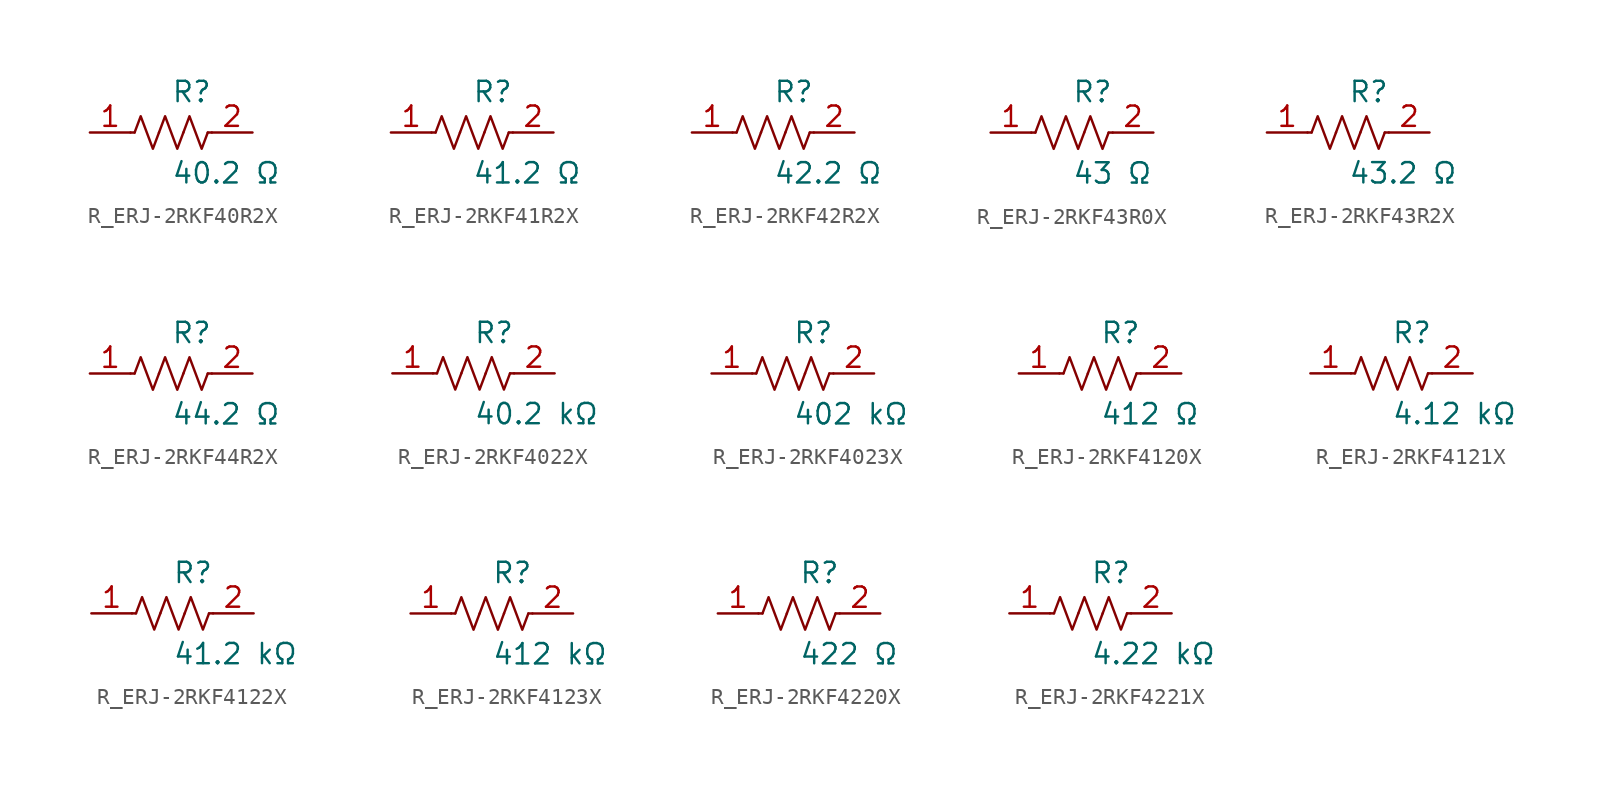
<source format=kicad_sym>
(kicad_symbol_lib
  (version 20231120)
  (generator kicad_symbol_editor)
  (generator_version 8.0)
  (symbol "R_ERJ-2RKF40R2X"
    (pin_names
      (offset 0.254))
    (property "Reference" "R"
      (at 0 2.54 0)
      (effects (font (size 1.27 1.27)) (justify left)))
    (property "Value" "40.2 Ω"
      (at 0 -2.54 0)
      (effects (font (size 1.27 1.27)) (justify left)))
    (symbol "R_ERJ-2RKF40R2X_0_1"
      (polyline (pts (xy 2.286 0) (xy 2.54 0)) (stroke (width 0) (type default)) (fill (type none)))
      (polyline (pts (xy -2.286 0) (xy -2.54 0)) (stroke (width 0) (type default)) (fill (type none)))
      (polyline (pts (xy 0.762 0) (xy 1.143 1.016) (xy 1.524 0) (xy 1.905 -1.016) (xy 2.286 0)) (stroke (width 0) (type default)) (fill (type none)))
      (polyline (pts (xy -0.762 0) (xy -0.381 1.016) (xy 0 0) (xy 0.381 -1.016) (xy 0.762 0)) (stroke (width 0) (type default)) (fill (type none)))
      (polyline (pts (xy -2.286 0) (xy -1.905 1.016) (xy -1.524 0) (xy -1.143 -1.016) (xy -0.762 0)) (stroke (width 0) (type default)) (fill (type none))))
    (pin passive line
      (at -5.08 0 0)
      (length 2.54)
      (name "" (effects (font (size 1.27 1.27))))
      (number "1" (effects (font (size 1.27 1.27)))))
    (pin passive line
      (at 5.08 0 180)
      (length 2.54)
      (name "" (effects (font (size 1.27 1.27))))
      (number "2" (effects (font (size 1.27 1.27))))))
  (symbol "R_ERJ-2RKF41R2X"
    (pin_names
      (offset 0.254))
    (property "Reference" "R"
      (at 0 2.54 0)
      (effects (font (size 1.27 1.27)) (justify left)))
    (property "Value" "41.2 Ω"
      (at 0 -2.54 0)
      (effects (font (size 1.27 1.27)) (justify left)))
    (symbol "R_ERJ-2RKF41R2X_0_1"
      (polyline (pts (xy 2.286 0) (xy 2.54 0)) (stroke (width 0) (type default)) (fill (type none)))
      (polyline (pts (xy -2.286 0) (xy -2.54 0)) (stroke (width 0) (type default)) (fill (type none)))
      (polyline (pts (xy 0.762 0) (xy 1.143 1.016) (xy 1.524 0) (xy 1.905 -1.016) (xy 2.286 0)) (stroke (width 0) (type default)) (fill (type none)))
      (polyline (pts (xy -0.762 0) (xy -0.381 1.016) (xy 0 0) (xy 0.381 -1.016) (xy 0.762 0)) (stroke (width 0) (type default)) (fill (type none)))
      (polyline (pts (xy -2.286 0) (xy -1.905 1.016) (xy -1.524 0) (xy -1.143 -1.016) (xy -0.762 0)) (stroke (width 0) (type default)) (fill (type none))))
    (pin passive line
      (at -5.08 0 0)
      (length 2.54)
      (name "" (effects (font (size 1.27 1.27))))
      (number "1" (effects (font (size 1.27 1.27)))))
    (pin passive line
      (at 5.08 0 180)
      (length 2.54)
      (name "" (effects (font (size 1.27 1.27))))
      (number "2" (effects (font (size 1.27 1.27))))))
  (symbol "R_ERJ-2RKF42R2X"
    (pin_names
      (offset 0.254))
    (property "Reference" "R"
      (at 0 2.54 0)
      (effects (font (size 1.27 1.27)) (justify left)))
    (property "Value" "42.2 Ω"
      (at 0 -2.54 0)
      (effects (font (size 1.27 1.27)) (justify left)))
    (symbol "R_ERJ-2RKF42R2X_0_1"
      (polyline (pts (xy 2.286 0) (xy 2.54 0)) (stroke (width 0) (type default)) (fill (type none)))
      (polyline (pts (xy -2.286 0) (xy -2.54 0)) (stroke (width 0) (type default)) (fill (type none)))
      (polyline (pts (xy 0.762 0) (xy 1.143 1.016) (xy 1.524 0) (xy 1.905 -1.016) (xy 2.286 0)) (stroke (width 0) (type default)) (fill (type none)))
      (polyline (pts (xy -0.762 0) (xy -0.381 1.016) (xy 0 0) (xy 0.381 -1.016) (xy 0.762 0)) (stroke (width 0) (type default)) (fill (type none)))
      (polyline (pts (xy -2.286 0) (xy -1.905 1.016) (xy -1.524 0) (xy -1.143 -1.016) (xy -0.762 0)) (stroke (width 0) (type default)) (fill (type none))))
    (pin passive line
      (at -5.08 0 0)
      (length 2.54)
      (name "" (effects (font (size 1.27 1.27))))
      (number "1" (effects (font (size 1.27 1.27)))))
    (pin passive line
      (at 5.08 0 180)
      (length 2.54)
      (name "" (effects (font (size 1.27 1.27))))
      (number "2" (effects (font (size 1.27 1.27))))))
  (symbol "R_ERJ-2RKF43R0X"
    (pin_names
      (offset 0.254))
    (property "Reference" "R"
      (at 0 2.54 0)
      (effects (font (size 1.27 1.27)) (justify left)))
    (property "Value" "43 Ω"
      (at 0 -2.54 0)
      (effects (font (size 1.27 1.27)) (justify left)))
    (symbol "R_ERJ-2RKF43R0X_0_1"
      (polyline (pts (xy 2.286 0) (xy 2.54 0)) (stroke (width 0) (type default)) (fill (type none)))
      (polyline (pts (xy -2.286 0) (xy -2.54 0)) (stroke (width 0) (type default)) (fill (type none)))
      (polyline (pts (xy 0.762 0) (xy 1.143 1.016) (xy 1.524 0) (xy 1.905 -1.016) (xy 2.286 0)) (stroke (width 0) (type default)) (fill (type none)))
      (polyline (pts (xy -0.762 0) (xy -0.381 1.016) (xy 0 0) (xy 0.381 -1.016) (xy 0.762 0)) (stroke (width 0) (type default)) (fill (type none)))
      (polyline (pts (xy -2.286 0) (xy -1.905 1.016) (xy -1.524 0) (xy -1.143 -1.016) (xy -0.762 0)) (stroke (width 0) (type default)) (fill (type none))))
    (pin passive line
      (at -5.08 0 0)
      (length 2.54)
      (name "" (effects (font (size 1.27 1.27))))
      (number "1" (effects (font (size 1.27 1.27)))))
    (pin passive line
      (at 5.08 0 180)
      (length 2.54)
      (name "" (effects (font (size 1.27 1.27))))
      (number "2" (effects (font (size 1.27 1.27))))))
  (symbol "R_ERJ-2RKF43R2X"
    (pin_names
      (offset 0.254))
    (property "Reference" "R"
      (at 0 2.54 0)
      (effects (font (size 1.27 1.27)) (justify left)))
    (property "Value" "43.2 Ω"
      (at 0 -2.54 0)
      (effects (font (size 1.27 1.27)) (justify left)))
    (symbol "R_ERJ-2RKF43R2X_0_1"
      (polyline (pts (xy 2.286 0) (xy 2.54 0)) (stroke (width 0) (type default)) (fill (type none)))
      (polyline (pts (xy -2.286 0) (xy -2.54 0)) (stroke (width 0) (type default)) (fill (type none)))
      (polyline (pts (xy 0.762 0) (xy 1.143 1.016) (xy 1.524 0) (xy 1.905 -1.016) (xy 2.286 0)) (stroke (width 0) (type default)) (fill (type none)))
      (polyline (pts (xy -0.762 0) (xy -0.381 1.016) (xy 0 0) (xy 0.381 -1.016) (xy 0.762 0)) (stroke (width 0) (type default)) (fill (type none)))
      (polyline (pts (xy -2.286 0) (xy -1.905 1.016) (xy -1.524 0) (xy -1.143 -1.016) (xy -0.762 0)) (stroke (width 0) (type default)) (fill (type none))))
    (pin passive line
      (at -5.08 0 0)
      (length 2.54)
      (name "" (effects (font (size 1.27 1.27))))
      (number "1" (effects (font (size 1.27 1.27)))))
    (pin passive line
      (at 5.08 0 180)
      (length 2.54)
      (name "" (effects (font (size 1.27 1.27))))
      (number "2" (effects (font (size 1.27 1.27))))))
  (symbol "R_ERJ-2RKF44R2X"
    (pin_names
      (offset 0.254))
    (property "Reference" "R"
      (at 0 2.54 0)
      (effects (font (size 1.27 1.27)) (justify left)))
    (property "Value" "44.2 Ω"
      (at 0 -2.54 0)
      (effects (font (size 1.27 1.27)) (justify left)))
    (symbol "R_ERJ-2RKF44R2X_0_1"
      (polyline (pts (xy 2.286 0) (xy 2.54 0)) (stroke (width 0) (type default)) (fill (type none)))
      (polyline (pts (xy -2.286 0) (xy -2.54 0)) (stroke (width 0) (type default)) (fill (type none)))
      (polyline (pts (xy 0.762 0) (xy 1.143 1.016) (xy 1.524 0) (xy 1.905 -1.016) (xy 2.286 0)) (stroke (width 0) (type default)) (fill (type none)))
      (polyline (pts (xy -0.762 0) (xy -0.381 1.016) (xy 0 0) (xy 0.381 -1.016) (xy 0.762 0)) (stroke (width 0) (type default)) (fill (type none)))
      (polyline (pts (xy -2.286 0) (xy -1.905 1.016) (xy -1.524 0) (xy -1.143 -1.016) (xy -0.762 0)) (stroke (width 0) (type default)) (fill (type none))))
    (pin passive line
      (at -5.08 0 0)
      (length 2.54)
      (name "" (effects (font (size 1.27 1.27))))
      (number "1" (effects (font (size 1.27 1.27)))))
    (pin passive line
      (at 5.08 0 180)
      (length 2.54)
      (name "" (effects (font (size 1.27 1.27))))
      (number "2" (effects (font (size 1.27 1.27))))))
  (symbol "R_ERJ-2RKF4022X"
    (pin_names
      (offset 0.254))
    (property "Reference" "R"
      (at 0 2.54 0)
      (effects (font (size 1.27 1.27)) (justify left)))
    (property "Value" "40.2 kΩ"
      (at 0 -2.54 0)
      (effects (font (size 1.27 1.27)) (justify left)))
    (symbol "R_ERJ-2RKF4022X_0_1"
      (polyline (pts (xy 2.286 0) (xy 2.54 0)) (stroke (width 0) (type default)) (fill (type none)))
      (polyline (pts (xy -2.286 0) (xy -2.54 0)) (stroke (width 0) (type default)) (fill (type none)))
      (polyline (pts (xy 0.762 0) (xy 1.143 1.016) (xy 1.524 0) (xy 1.905 -1.016) (xy 2.286 0)) (stroke (width 0) (type default)) (fill (type none)))
      (polyline (pts (xy -0.762 0) (xy -0.381 1.016) (xy 0 0) (xy 0.381 -1.016) (xy 0.762 0)) (stroke (width 0) (type default)) (fill (type none)))
      (polyline (pts (xy -2.286 0) (xy -1.905 1.016) (xy -1.524 0) (xy -1.143 -1.016) (xy -0.762 0)) (stroke (width 0) (type default)) (fill (type none))))
    (pin passive line
      (at -5.08 0 0)
      (length 2.54)
      (name "" (effects (font (size 1.27 1.27))))
      (number "1" (effects (font (size 1.27 1.27)))))
    (pin passive line
      (at 5.08 0 180)
      (length 2.54)
      (name "" (effects (font (size 1.27 1.27))))
      (number "2" (effects (font (size 1.27 1.27))))))
  (symbol "R_ERJ-2RKF4023X"
    (pin_names
      (offset 0.254))
    (property "Reference" "R"
      (at 0 2.54 0)
      (effects (font (size 1.27 1.27)) (justify left)))
    (property "Value" "402 kΩ"
      (at 0 -2.54 0)
      (effects (font (size 1.27 1.27)) (justify left)))
    (symbol "R_ERJ-2RKF4023X_0_1"
      (polyline (pts (xy 2.286 0) (xy 2.54 0)) (stroke (width 0) (type default)) (fill (type none)))
      (polyline (pts (xy -2.286 0) (xy -2.54 0)) (stroke (width 0) (type default)) (fill (type none)))
      (polyline (pts (xy 0.762 0) (xy 1.143 1.016) (xy 1.524 0) (xy 1.905 -1.016) (xy 2.286 0)) (stroke (width 0) (type default)) (fill (type none)))
      (polyline (pts (xy -0.762 0) (xy -0.381 1.016) (xy 0 0) (xy 0.381 -1.016) (xy 0.762 0)) (stroke (width 0) (type default)) (fill (type none)))
      (polyline (pts (xy -2.286 0) (xy -1.905 1.016) (xy -1.524 0) (xy -1.143 -1.016) (xy -0.762 0)) (stroke (width 0) (type default)) (fill (type none))))
    (pin passive line
      (at -5.08 0 0)
      (length 2.54)
      (name "" (effects (font (size 1.27 1.27))))
      (number "1" (effects (font (size 1.27 1.27)))))
    (pin passive line
      (at 5.08 0 180)
      (length 2.54)
      (name "" (effects (font (size 1.27 1.27))))
      (number "2" (effects (font (size 1.27 1.27))))))
  (symbol "R_ERJ-2RKF4120X"
    (pin_names
      (offset 0.254))
    (property "Reference" "R"
      (at 0 2.54 0)
      (effects (font (size 1.27 1.27)) (justify left)))
    (property "Value" "412 Ω"
      (at 0 -2.54 0)
      (effects (font (size 1.27 1.27)) (justify left)))
    (symbol "R_ERJ-2RKF4120X_0_1"
      (polyline (pts (xy 2.286 0) (xy 2.54 0)) (stroke (width 0) (type default)) (fill (type none)))
      (polyline (pts (xy -2.286 0) (xy -2.54 0)) (stroke (width 0) (type default)) (fill (type none)))
      (polyline (pts (xy 0.762 0) (xy 1.143 1.016) (xy 1.524 0) (xy 1.905 -1.016) (xy 2.286 0)) (stroke (width 0) (type default)) (fill (type none)))
      (polyline (pts (xy -0.762 0) (xy -0.381 1.016) (xy 0 0) (xy 0.381 -1.016) (xy 0.762 0)) (stroke (width 0) (type default)) (fill (type none)))
      (polyline (pts (xy -2.286 0) (xy -1.905 1.016) (xy -1.524 0) (xy -1.143 -1.016) (xy -0.762 0)) (stroke (width 0) (type default)) (fill (type none))))
    (pin passive line
      (at -5.08 0 0)
      (length 2.54)
      (name "" (effects (font (size 1.27 1.27))))
      (number "1" (effects (font (size 1.27 1.27)))))
    (pin passive line
      (at 5.08 0 180)
      (length 2.54)
      (name "" (effects (font (size 1.27 1.27))))
      (number "2" (effects (font (size 1.27 1.27))))))
  (symbol "R_ERJ-2RKF4121X"
    (pin_names
      (offset 0.254))
    (property "Reference" "R"
      (at 0 2.54 0)
      (effects (font (size 1.27 1.27)) (justify left)))
    (property "Value" "4.12 kΩ"
      (at 0 -2.54 0)
      (effects (font (size 1.27 1.27)) (justify left)))
    (symbol "R_ERJ-2RKF4121X_0_1"
      (polyline (pts (xy 2.286 0) (xy 2.54 0)) (stroke (width 0) (type default)) (fill (type none)))
      (polyline (pts (xy -2.286 0) (xy -2.54 0)) (stroke (width 0) (type default)) (fill (type none)))
      (polyline (pts (xy 0.762 0) (xy 1.143 1.016) (xy 1.524 0) (xy 1.905 -1.016) (xy 2.286 0)) (stroke (width 0) (type default)) (fill (type none)))
      (polyline (pts (xy -0.762 0) (xy -0.381 1.016) (xy 0 0) (xy 0.381 -1.016) (xy 0.762 0)) (stroke (width 0) (type default)) (fill (type none)))
      (polyline (pts (xy -2.286 0) (xy -1.905 1.016) (xy -1.524 0) (xy -1.143 -1.016) (xy -0.762 0)) (stroke (width 0) (type default)) (fill (type none))))
    (pin passive line
      (at -5.08 0 0)
      (length 2.54)
      (name "" (effects (font (size 1.27 1.27))))
      (number "1" (effects (font (size 1.27 1.27)))))
    (pin passive line
      (at 5.08 0 180)
      (length 2.54)
      (name "" (effects (font (size 1.27 1.27))))
      (number "2" (effects (font (size 1.27 1.27))))))
  (symbol "R_ERJ-2RKF4122X"
    (pin_names
      (offset 0.254))
    (property "Reference" "R"
      (at 0 2.54 0)
      (effects (font (size 1.27 1.27)) (justify left)))
    (property "Value" "41.2 kΩ"
      (at 0 -2.54 0)
      (effects (font (size 1.27 1.27)) (justify left)))
    (symbol "R_ERJ-2RKF4122X_0_1"
      (polyline (pts (xy 2.286 0) (xy 2.54 0)) (stroke (width 0) (type default)) (fill (type none)))
      (polyline (pts (xy -2.286 0) (xy -2.54 0)) (stroke (width 0) (type default)) (fill (type none)))
      (polyline (pts (xy 0.762 0) (xy 1.143 1.016) (xy 1.524 0) (xy 1.905 -1.016) (xy 2.286 0)) (stroke (width 0) (type default)) (fill (type none)))
      (polyline (pts (xy -0.762 0) (xy -0.381 1.016) (xy 0 0) (xy 0.381 -1.016) (xy 0.762 0)) (stroke (width 0) (type default)) (fill (type none)))
      (polyline (pts (xy -2.286 0) (xy -1.905 1.016) (xy -1.524 0) (xy -1.143 -1.016) (xy -0.762 0)) (stroke (width 0) (type default)) (fill (type none))))
    (pin passive line
      (at -5.08 0 0)
      (length 2.54)
      (name "" (effects (font (size 1.27 1.27))))
      (number "1" (effects (font (size 1.27 1.27)))))
    (pin passive line
      (at 5.08 0 180)
      (length 2.54)
      (name "" (effects (font (size 1.27 1.27))))
      (number "2" (effects (font (size 1.27 1.27))))))
  (symbol "R_ERJ-2RKF4123X"
    (pin_names
      (offset 0.254))
    (property "Reference" "R"
      (at 0 2.54 0)
      (effects (font (size 1.27 1.27)) (justify left)))
    (property "Value" "412 kΩ"
      (at 0 -2.54 0)
      (effects (font (size 1.27 1.27)) (justify left)))
    (symbol "R_ERJ-2RKF4123X_0_1"
      (polyline (pts (xy 2.286 0) (xy 2.54 0)) (stroke (width 0) (type default)) (fill (type none)))
      (polyline (pts (xy -2.286 0) (xy -2.54 0)) (stroke (width 0) (type default)) (fill (type none)))
      (polyline (pts (xy 0.762 0) (xy 1.143 1.016) (xy 1.524 0) (xy 1.905 -1.016) (xy 2.286 0)) (stroke (width 0) (type default)) (fill (type none)))
      (polyline (pts (xy -0.762 0) (xy -0.381 1.016) (xy 0 0) (xy 0.381 -1.016) (xy 0.762 0)) (stroke (width 0) (type default)) (fill (type none)))
      (polyline (pts (xy -2.286 0) (xy -1.905 1.016) (xy -1.524 0) (xy -1.143 -1.016) (xy -0.762 0)) (stroke (width 0) (type default)) (fill (type none))))
    (pin passive line
      (at -5.08 0 0)
      (length 2.54)
      (name "" (effects (font (size 1.27 1.27))))
      (number "1" (effects (font (size 1.27 1.27)))))
    (pin passive line
      (at 5.08 0 180)
      (length 2.54)
      (name "" (effects (font (size 1.27 1.27))))
      (number "2" (effects (font (size 1.27 1.27))))))
  (symbol "R_ERJ-2RKF4220X"
    (pin_names
      (offset 0.254))
    (property "Reference" "R"
      (at 0 2.54 0)
      (effects (font (size 1.27 1.27)) (justify left)))
    (property "Value" "422 Ω"
      (at 0 -2.54 0)
      (effects (font (size 1.27 1.27)) (justify left)))
    (symbol "R_ERJ-2RKF4220X_0_1"
      (polyline (pts (xy 2.286 0) (xy 2.54 0)) (stroke (width 0) (type default)) (fill (type none)))
      (polyline (pts (xy -2.286 0) (xy -2.54 0)) (stroke (width 0) (type default)) (fill (type none)))
      (polyline (pts (xy 0.762 0) (xy 1.143 1.016) (xy 1.524 0) (xy 1.905 -1.016) (xy 2.286 0)) (stroke (width 0) (type default)) (fill (type none)))
      (polyline (pts (xy -0.762 0) (xy -0.381 1.016) (xy 0 0) (xy 0.381 -1.016) (xy 0.762 0)) (stroke (width 0) (type default)) (fill (type none)))
      (polyline (pts (xy -2.286 0) (xy -1.905 1.016) (xy -1.524 0) (xy -1.143 -1.016) (xy -0.762 0)) (stroke (width 0) (type default)) (fill (type none))))
    (pin passive line
      (at -5.08 0 0)
      (length 2.54)
      (name "" (effects (font (size 1.27 1.27))))
      (number "1" (effects (font (size 1.27 1.27)))))
    (pin passive line
      (at 5.08 0 180)
      (length 2.54)
      (name "" (effects (font (size 1.27 1.27))))
      (number "2" (effects (font (size 1.27 1.27))))))
  (symbol "R_ERJ-2RKF4221X"
    (pin_names
      (offset 0.254))
    (property "Reference" "R"
      (at 0 2.54 0)
      (effects (font (size 1.27 1.27)) (justify left)))
    (property "Value" "4.22 kΩ"
      (at 0 -2.54 0)
      (effects (font (size 1.27 1.27)) (justify left)))
    (symbol "R_ERJ-2RKF4221X_0_1"
      (polyline (pts (xy 2.286 0) (xy 2.54 0)) (stroke (width 0) (type default)) (fill (type none)))
      (polyline (pts (xy -2.286 0) (xy -2.54 0)) (stroke (width 0) (type default)) (fill (type none)))
      (polyline (pts (xy 0.762 0) (xy 1.143 1.016) (xy 1.524 0) (xy 1.905 -1.016) (xy 2.286 0)) (stroke (width 0) (type default)) (fill (type none)))
      (polyline (pts (xy -0.762 0) (xy -0.381 1.016) (xy 0 0) (xy 0.381 -1.016) (xy 0.762 0)) (stroke (width 0) (type default)) (fill (type none)))
      (polyline (pts (xy -2.286 0) (xy -1.905 1.016) (xy -1.524 0) (xy -1.143 -1.016) (xy -0.762 0)) (stroke (width 0) (type default)) (fill (type none))))
    (pin passive line
      (at -5.08 0 0)
      (length 2.54)
      (name "" (effects (font (size 1.27 1.27))))
      (number "1" (effects (font (size 1.27 1.27)))))
    (pin passive line
      (at 5.08 0 180)
      (length 2.54)
      (name "" (effects (font (size 1.27 1.27))))
      (number "2" (effects (font (size 1.27 1.27)))))))
</source>
